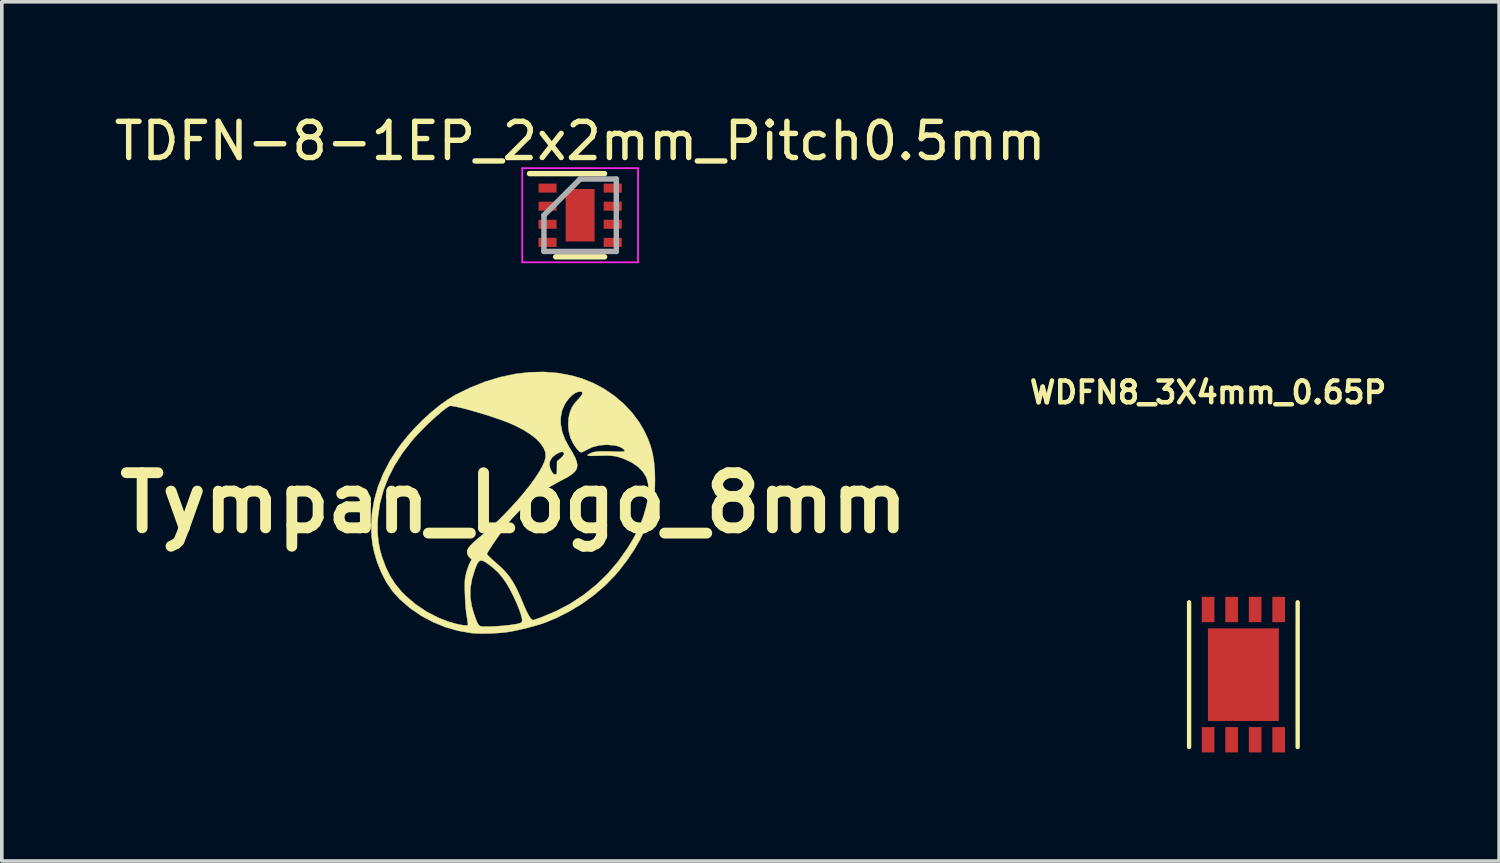
<source format=kicad_pcb>
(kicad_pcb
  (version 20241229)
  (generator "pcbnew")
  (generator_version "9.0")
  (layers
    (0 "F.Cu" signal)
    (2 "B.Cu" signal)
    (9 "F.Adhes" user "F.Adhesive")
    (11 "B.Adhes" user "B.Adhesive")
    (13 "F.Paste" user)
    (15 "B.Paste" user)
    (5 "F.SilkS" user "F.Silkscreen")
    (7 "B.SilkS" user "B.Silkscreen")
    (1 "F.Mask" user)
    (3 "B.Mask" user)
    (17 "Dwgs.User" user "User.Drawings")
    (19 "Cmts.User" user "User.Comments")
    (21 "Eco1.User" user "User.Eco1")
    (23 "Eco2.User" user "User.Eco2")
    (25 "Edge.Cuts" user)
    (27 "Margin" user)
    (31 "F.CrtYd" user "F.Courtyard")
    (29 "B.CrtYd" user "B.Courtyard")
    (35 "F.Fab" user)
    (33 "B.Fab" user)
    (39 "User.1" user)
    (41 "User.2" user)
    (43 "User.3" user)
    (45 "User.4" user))
  (footprint "TDFN-8-1EP_2x2mm_Pitch0.5mm"
    (layer "F.Cu")
    (at 12.982 2.898)
    (property "Reference" "TDFN-8-1EP_2x2mm_Pitch0.5mm" (at 0 -2.05 0) (layer "F.SilkS") (effects (font (size 1 1) (thickness 0.15))))
    (attr smd)
    (fp_line (start -1.4 -1.15) (end 0.675 -1.15) (stroke (width 0.15) (type solid)) (layer "F.SilkS"))
    (fp_line (start -0.675 1.15) (end 0.675 1.15) (stroke (width 0.15) (type solid)) (layer "F.SilkS"))
    (fp_line (start -1.6 -1.3) (end -1.6 1.3) (stroke (width 0.05) (type solid)) (layer "F.CrtYd"))
    (fp_line (start -1.6 -1.3) (end 1.6 -1.3) (stroke (width 0.05) (type solid)) (layer "F.CrtYd"))
    (fp_line (start -1.6 1.3) (end 1.6 1.3) (stroke (width 0.05) (type solid)) (layer "F.CrtYd"))
    (fp_line (start 1.6 -1.3) (end 1.6 1.3) (stroke (width 0.05) (type solid)) (layer "F.CrtYd"))
    (fp_line (start -1 0) (end 0 -1) (stroke (width 0.15) (type solid)) (layer "F.Fab"))
    (fp_line (start -1 1) (end -1 0) (stroke (width 0.15) (type solid)) (layer "F.Fab"))
    (fp_line (start 0 -1) (end 1 -1) (stroke (width 0.15) (type solid)) (layer "F.Fab"))
    (fp_line (start 1 -1) (end 1 1) (stroke (width 0.15) (type solid)) (layer "F.Fab"))
    (fp_line (start 1 1) (end -1 1) (stroke (width 0.15) (type solid)) (layer "F.Fab"))
    (pad "1" smd rect (at -0.9 -0.75) (size 0.5 0.25) (layers "F.Cu" "F.Mask" "F.Paste"))
    (pad "2" smd rect (at -0.9 -0.25) (size 0.5 0.25) (layers "F.Cu" "F.Mask" "F.Paste"))
    (pad "3" smd rect (at -0.9 0.25) (size 0.5 0.25) (layers "F.Cu" "F.Mask" "F.Paste"))
    (pad "4" smd rect (at -0.9 0.75) (size 0.5 0.25) (layers "F.Cu" "F.Mask" "F.Paste"))
    (pad "5" smd rect (at 0.9 0.75) (size 0.5 0.25) (layers "F.Cu" "F.Mask" "F.Paste"))
    (pad "6" smd rect (at 0.9 0.25) (size 0.5 0.25) (layers "F.Cu" "F.Mask" "F.Paste"))
    (pad "7" smd rect (at 0.9 -0.25) (size 0.5 0.25) (layers "F.Cu" "F.Mask" "F.Paste"))
    (pad "8" smd rect (at 0.9 -0.75) (size 0.5 0.25) (layers "F.Cu" "F.Mask" "F.Paste"))
    (pad "9" smd rect (at 0 0) (size 0.8 1.45) (layers "F.Cu" "F.Mask" "F.Paste")))
  (footprint "WDFN8_3X4mm_0.65P"
    (layer "F.Cu")
    (at 31.311 15.594)
    (property "Reference" "WDFN8_3X4mm_0.65P" (at -0.975 -7.8 0) (layer "F.SilkS") (effects (font (size 0.6 0.6) (thickness 0.125))))
    (attr through_hole)
    (fp_line (start -1.5 -2) (end -1.5 2) (stroke (width 0.12) (type solid)) (layer "F.SilkS"))
    (fp_line (start 1.5 -2) (end 1.5 2) (stroke (width 0.12) (type solid)) (layer "F.SilkS"))
    (pad "1" smd rect (at -0.975 1.8) (size 0.35 0.7) (layers "F.Cu" "F.Mask" "F.Paste"))
    (pad "2" smd rect (at -0.325 1.8) (size 0.35 0.7) (layers "F.Cu" "F.Mask" "F.Paste"))
    (pad "3" smd rect (at 0.325 1.8) (size 0.35 0.7) (layers "F.Cu" "F.Mask" "F.Paste"))
    (pad "4" smd rect (at 0.975 1.8) (size 0.35 0.7) (layers "F.Cu" "F.Mask" "F.Paste"))
    (pad "5" smd rect (at 0.975 -1.8) (size 0.35 0.7) (layers "F.Cu" "F.Mask" "F.Paste"))
    (pad "6" smd rect (at 0.325 -1.8) (size 0.35 0.7) (layers "F.Cu" "F.Mask" "F.Paste"))
    (pad "7" smd rect (at -0.325 -1.8) (size 0.35 0.7) (layers "F.Cu" "F.Mask" "F.Paste"))
    (pad "8" smd rect (at -0.975 -1.8) (size 0.35 0.7) (layers "F.Cu" "F.Mask" "F.Paste"))
    (pad "9" smd rect (at 0 0) (size 1.96 2.56) (layers "F.Cu" "F.Mask" "F.Paste")))
  (footprint "Tympan_Logo_8mm"
    (layer "F.Cu")
    (at 11.147 10.848)
    (property "Reference" "Tympan_Logo_8mm" (at 0 0 0) (layer "F.SilkS") (effects (font (size 1.524 1.524) (thickness 0.3))))
    (attr through_hole)
    (fp_poly (pts (xy 1.223 -3.589) (xy 1.602 -3.518) (xy 1.879 -3.439) (xy 2.198 -3.312) (xy 2.5 -3.151) (xy 2.783 -2.958) (xy 3.042 -2.737) (xy 3.272 -2.492) (xy 3.47 -2.225) (xy 3.607 -1.992) (xy 3.707 -1.778) (xy 3.785 -1.568) (xy 3.841 -1.352) (xy 3.878 -1.121) (xy 3.899 -0.867) (xy 3.904 -0.624) (xy 3.9 -0.401) (xy 3.887 -0.206) (xy 3.864 -0.026) (xy 3.827 0.15) (xy 3.775 0.336) (xy 3.735 0.461) (xy 3.629 0.734) (xy 3.489 1.018) (xy 3.319 1.308) (xy 3.124 1.596) (xy 2.908 1.875) (xy 2.796 2.006) (xy 2.527 2.282) (xy 2.224 2.542) (xy 1.893 2.782) (xy 1.541 2.996) (xy 1.174 3.182) (xy 0.868 3.308) (xy 0.738 3.352) (xy 0.578 3.399) (xy 0.4 3.447) (xy 0.215 3.492) (xy 0.034 3.532) (xy -0.13 3.563) (xy -0.148 3.566) (xy -0.268 3.582) (xy -0.415 3.594) (xy -0.578 3.604) (xy -0.745 3.609) (xy -0.905 3.61) (xy -1.046 3.607) (xy -1.157 3.599) (xy -1.157 3.599) (xy -1.527 3.536) (xy -1.887 3.433) (xy -2.233 3.292) (xy -2.561 3.116) (xy -2.867 2.906) (xy -3.147 2.663) (xy -3.161 2.649) (xy -3.354 2.433) (xy -3.521 2.189) (xy -3.664 1.913) (xy -3.785 1.603) (xy -3.789 1.59) (xy -3.856 1.361) (xy -3.902 1.143) (xy -3.928 0.919) (xy -3.937 0.674) (xy -3.937 0.646) (xy -3.932 0.562) (xy -3.762 0.562) (xy -3.762 0.83) (xy -3.738 1.077) (xy -3.69 1.317) (xy -3.638 1.496) (xy -3.536 1.775) (xy -3.416 2.021) (xy -3.274 2.242) (xy -3.106 2.446) (xy -2.991 2.563) (xy -2.712 2.801) (xy -2.409 3.005) (xy -2.085 3.172) (xy -1.841 3.269) (xy -1.721 3.307) (xy -1.601 3.34) (xy -1.488 3.365) (xy -1.39 3.381) (xy -1.316 3.386) (xy -1.272 3.38) (xy -1.266 3.376) (xy -1.266 3.352) (xy -1.272 3.296) (xy -1.284 3.216) (xy -1.296 3.148) (xy -1.314 3.022) (xy -1.33 2.863) (xy -1.342 2.68) (xy -1.345 2.6) (xy -1.199 2.6) (xy -1.163 2.841) (xy -1.101 3.059) (xy -1.056 3.185) (xy -1.021 3.276) (xy -0.991 3.339) (xy -0.964 3.378) (xy -0.935 3.4) (xy -0.9 3.411) (xy -0.884 3.414) (xy -0.812 3.418) (xy -0.709 3.418) (xy -0.583 3.414) (xy -0.446 3.407) (xy -0.307 3.396) (xy -0.176 3.383) (xy -0.1 3.374) (xy 0.027 3.356) (xy 0.117 3.339) (xy 0.176 3.322) (xy 0.212 3.303) (xy 0.229 3.279) (xy 0.233 3.247) (xy 0.233 3.247) (xy 0.223 3.173) (xy 0.194 3.069) (xy 0.15 2.943) (xy 0.094 2.803) (xy 0.029 2.655) (xy -0.043 2.507) (xy -0.117 2.366) (xy -0.19 2.24) (xy -0.218 2.196) (xy -0.328 2.042) (xy -0.441 1.913) (xy -0.572 1.793) (xy -0.685 1.705) (xy -0.781 1.638) (xy -0.854 1.599) (xy -0.912 1.59) (xy -0.958 1.613) (xy -1.001 1.67) (xy -1.044 1.765) (xy -1.08 1.861) (xy -1.157 2.117) (xy -1.197 2.361) (xy -1.199 2.6) (xy -1.345 2.6) (xy -1.348 2.529) (xy -1.352 2.384) (xy -1.353 2.272) (xy -1.352 2.186) (xy -1.347 2.116) (xy -1.339 2.055) (xy -1.326 1.993) (xy -1.316 1.952) (xy -1.288 1.854) (xy -1.254 1.756) (xy -1.222 1.677) (xy -1.218 1.669) (xy -1.163 1.561) (xy -1.216 1.513) (xy -1.257 1.462) (xy -1.28 1.413) (xy -0.741 1.413) (xy -0.726 1.435) (xy -0.684 1.478) (xy -0.622 1.537) (xy -0.545 1.607) (xy -0.52 1.629) (xy -0.391 1.743) (xy -0.282 1.849) (xy -0.188 1.951) (xy -0.105 2.057) (xy -0.029 2.172) (xy 0.045 2.302) (xy 0.12 2.454) (xy 0.2 2.633) (xy 0.288 2.845) (xy 0.35 2.985) (xy 0.408 3.097) (xy 0.46 3.179) (xy 0.505 3.227) (xy 0.532 3.239) (xy 0.558 3.232) (xy 0.614 3.213) (xy 0.691 3.187) (xy 0.756 3.164) (xy 1.171 2.991) (xy 1.564 2.784) (xy 1.934 2.541) (xy 2.278 2.266) (xy 2.596 1.958) (xy 2.885 1.62) (xy 3.144 1.253) (xy 3.174 1.206) (xy 3.311 0.976) (xy 3.423 0.765) (xy 3.514 0.563) (xy 3.589 0.358) (xy 3.652 0.141) (xy 3.683 0.016) (xy 3.716 -0.179) (xy 3.726 -0.365) (xy 3.712 -0.535) (xy 3.675 -0.679) (xy 3.656 -0.723) (xy 3.561 -0.872) (xy 3.433 -1) (xy 3.269 -1.111) (xy 3.19 -1.152) (xy 3.056 -1.213) (xy 2.938 -1.257) (xy 2.826 -1.286) (xy 2.707 -1.303) (xy 2.572 -1.309) (xy 2.408 -1.307) (xy 2.364 -1.305) (xy 2.233 -1.301) (xy 2.139 -1.299) (xy 2.078 -1.302) (xy 2.046 -1.307) (xy 2.037 -1.316) (xy 2.037 -1.318) (xy 2.061 -1.34) (xy 2.111 -1.367) (xy 2.15 -1.384) (xy 2.209 -1.402) (xy 2.279 -1.415) (xy 2.365 -1.423) (xy 2.475 -1.426) (xy 2.614 -1.424) (xy 2.788 -1.418) (xy 2.797 -1.418) (xy 2.896 -1.415) (xy 2.979 -1.416) (xy 3.038 -1.419) (xy 3.062 -1.425) (xy 3.065 -1.452) (xy 3.036 -1.487) (xy 2.983 -1.523) (xy 2.913 -1.556) (xy 2.836 -1.58) (xy 2.811 -1.585) (xy 2.585 -1.607) (xy 2.373 -1.593) (xy 2.178 -1.544) (xy 2.018 -1.468) (xy 1.951 -1.431) (xy 1.894 -1.405) (xy 1.862 -1.397) (xy 1.819 -1.416) (xy 1.764 -1.471) (xy 1.697 -1.56) (xy 1.635 -1.656) (xy 1.567 -1.803) (xy 1.523 -1.974) (xy 1.506 -2.155) (xy 1.515 -2.334) (xy 1.536 -2.44) (xy 1.57 -2.552) (xy 1.611 -2.644) (xy 1.668 -2.731) (xy 1.748 -2.827) (xy 1.776 -2.857) (xy 1.849 -2.941) (xy 1.89 -3.001) (xy 1.901 -3.042) (xy 1.883 -3.067) (xy 1.862 -3.075) (xy 1.787 -3.074) (xy 1.702 -3.039) (xy 1.611 -2.974) (xy 1.522 -2.884) (xy 1.439 -2.773) (xy 1.413 -2.731) (xy 1.337 -2.557) (xy 1.299 -2.37) (xy 1.299 -2.173) (xy 1.338 -1.969) (xy 1.414 -1.761) (xy 1.518 -1.568) (xy 1.621 -1.397) (xy 1.696 -1.255) (xy 1.742 -1.136) (xy 1.758 -1.035) (xy 1.742 -0.948) (xy 1.694 -0.869) (xy 1.612 -0.794) (xy 1.495 -0.717) (xy 1.34 -0.634) (xy 1.264 -0.595) (xy 0.914 -0.399) (xy 0.58 -0.164) (xy 0.262 0.109) (xy -0.04 0.421) (xy -0.132 0.528) (xy -0.188 0.598) (xy -0.256 0.687) (xy -0.332 0.791) (xy -0.411 0.902) (xy -0.49 1.015) (xy -0.564 1.124) (xy -0.63 1.224) (xy -0.685 1.309) (xy -0.722 1.372) (xy -0.74 1.409) (xy -0.741 1.413) (xy -1.28 1.413) (xy -1.282 1.409) (xy -1.29 1.36) (xy -1.284 1.313) (xy -1.263 1.262) (xy -1.223 1.206) (xy -1.161 1.139) (xy -1.074 1.057) (xy -0.958 0.958) (xy -0.843 0.863) (xy -0.752 0.785) (xy -0.642 0.687) (xy -0.523 0.576) (xy -0.404 0.463) (xy -0.32 0.38) (xy -0.105 0.158) (xy 0.094 -0.06) (xy 0.276 -0.272) (xy 0.438 -0.475) (xy 0.578 -0.667) (xy 0.695 -0.843) (xy 0.785 -1.002) (xy 0.808 -1.051) (xy 0.985 -1.051) (xy 1.009 -0.946) (xy 1.07 -0.831) (xy 1.106 -0.798) (xy 1.147 -0.784) (xy 1.18 -0.792) (xy 1.189 -0.81) (xy 1.191 -0.843) (xy 1.193 -0.905) (xy 1.194 -0.984) (xy 1.194 -0.992) (xy 1.196 -1.147) (xy 1.3 -1.238) (xy 1.365 -1.303) (xy 1.391 -1.354) (xy 1.378 -1.391) (xy 1.347 -1.41) (xy 1.306 -1.407) (xy 1.244 -1.384) (xy 1.175 -1.346) (xy 1.109 -1.3) (xy 1.059 -1.253) (xy 1.051 -1.244) (xy 0.999 -1.149) (xy 0.985 -1.051) (xy 0.808 -1.051) (xy 0.848 -1.14) (xy 0.88 -1.255) (xy 0.882 -1.27) (xy 0.876 -1.392) (xy 0.829 -1.517) (xy 0.743 -1.644) (xy 0.621 -1.771) (xy 0.462 -1.895) (xy 0.271 -2.017) (xy 0.047 -2.133) (xy -0.069 -2.185) (xy -0.188 -2.234) (xy -0.328 -2.286) (xy -0.486 -2.341) (xy -0.654 -2.397) (xy -0.827 -2.452) (xy -1.001 -2.504) (xy -1.17 -2.553) (xy -1.328 -2.596) (xy -1.47 -2.632) (xy -1.591 -2.659) (xy -1.685 -2.676) (xy -1.747 -2.682) (xy -1.763 -2.68) (xy -1.814 -2.655) (xy -1.89 -2.603) (xy -1.985 -2.529) (xy -2.094 -2.436) (xy -2.213 -2.33) (xy -2.338 -2.214) (xy -2.463 -2.092) (xy -2.584 -1.97) (xy -2.696 -1.851) (xy -2.795 -1.74) (xy -2.821 -1.71) (xy -3.079 -1.373) (xy -3.295 -1.033) (xy -3.469 -0.689) (xy -3.603 -0.341) (xy -3.697 0.013) (xy -3.75 0.374) (xy -3.762 0.562) (xy -3.932 0.562) (xy -3.916 0.277) (xy -3.853 -0.091) (xy -3.749 -0.455) (xy -3.603 -0.815) (xy -3.418 -1.17) (xy -3.192 -1.517) (xy -3.138 -1.592) (xy -2.948 -1.831) (xy -2.738 -2.067) (xy -2.515 -2.293) (xy -2.284 -2.503) (xy -2.053 -2.692) (xy -1.826 -2.854) (xy -1.613 -2.984) (xy -1.201 -3.186) (xy -0.788 -3.351) (xy -0.376 -3.476) (xy 0.033 -3.563) (xy 0.437 -3.611) (xy 0.834 -3.62) (xy 1.223 -3.589)) (stroke (width 0.01) (type solid)) (fill yes) (layer "F.SilkS")))
  (gr_rect
    (start -3 -3)
    (end 38.378 20.744)
    (stroke (width 0.1) (type default))
    (fill no)
    (layer "Edge.Cuts")))
</source>
